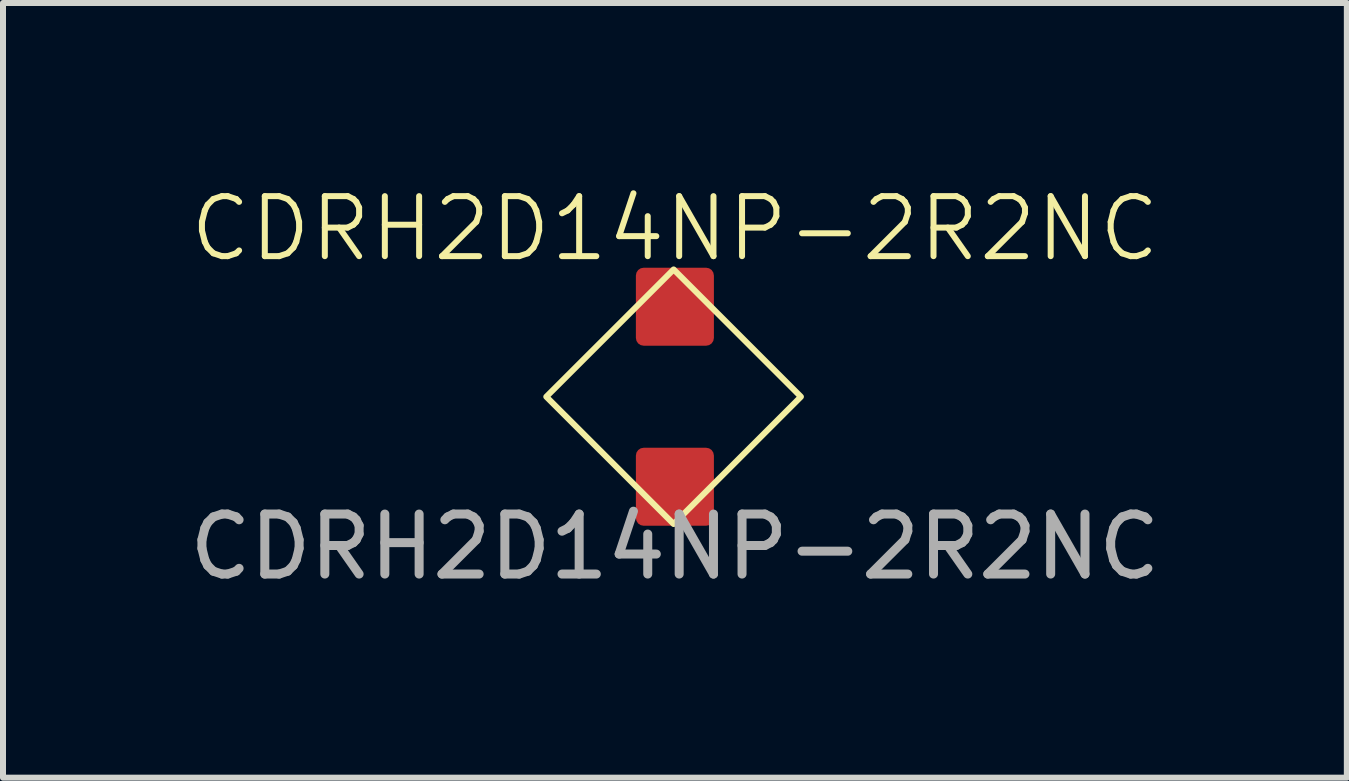
<source format=kicad_pcb>
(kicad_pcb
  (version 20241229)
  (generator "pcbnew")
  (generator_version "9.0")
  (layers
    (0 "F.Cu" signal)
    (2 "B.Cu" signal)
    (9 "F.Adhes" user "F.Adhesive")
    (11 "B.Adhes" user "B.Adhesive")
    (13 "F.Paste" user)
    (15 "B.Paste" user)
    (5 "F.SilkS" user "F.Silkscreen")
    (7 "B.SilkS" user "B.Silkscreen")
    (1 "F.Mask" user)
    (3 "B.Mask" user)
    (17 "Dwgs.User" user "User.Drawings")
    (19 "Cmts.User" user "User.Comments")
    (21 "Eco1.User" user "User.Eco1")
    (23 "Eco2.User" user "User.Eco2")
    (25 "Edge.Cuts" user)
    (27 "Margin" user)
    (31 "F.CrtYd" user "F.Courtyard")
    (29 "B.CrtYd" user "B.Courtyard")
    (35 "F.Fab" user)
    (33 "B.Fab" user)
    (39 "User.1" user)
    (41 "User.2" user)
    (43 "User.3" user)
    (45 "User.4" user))
  (footprint "CDRH2D14NP-2R2NC"
    (layer "F.Cu")
    (at 8.196 3.561)
    (property "Reference" "CDRH2D14NP-2R2NC" (at 0 -2.8 0) (unlocked yes) (layer "F.SilkS") (effects (font (size 1 1) (thickness 0.1))))
    (attr smd)
    (fp_poly (pts (xy -2.143 0) (xy -0.021 -2.121) (xy 2.1 0) (xy -0.021 2.121)) (stroke (width 0.1) (type default)) (fill no) (layer "F.SilkS"))
    (fp_text user "${REFERENCE}" (at 0 2.5 0) (unlocked yes) (layer "F.Fab") (effects (font (size 1 1) (thickness 0.15))))
    (pad "1" smd roundrect (at 0 -1.5) (size 1.3 1.3) (layers "F.Cu" "F.Mask" "F.Paste") (roundrect_rratio 0.1))
    (pad "2" smd roundrect (at 0 1.5) (size 1.3 1.3) (layers "F.Cu" "F.Mask" "F.Paste") (roundrect_rratio 0.1)))
  (gr_rect
    (start -3 -3)
    (end 19.393 9.909)
    (stroke (width 0.1) (type default))
    (fill no)
    (layer "Edge.Cuts")))
</source>
